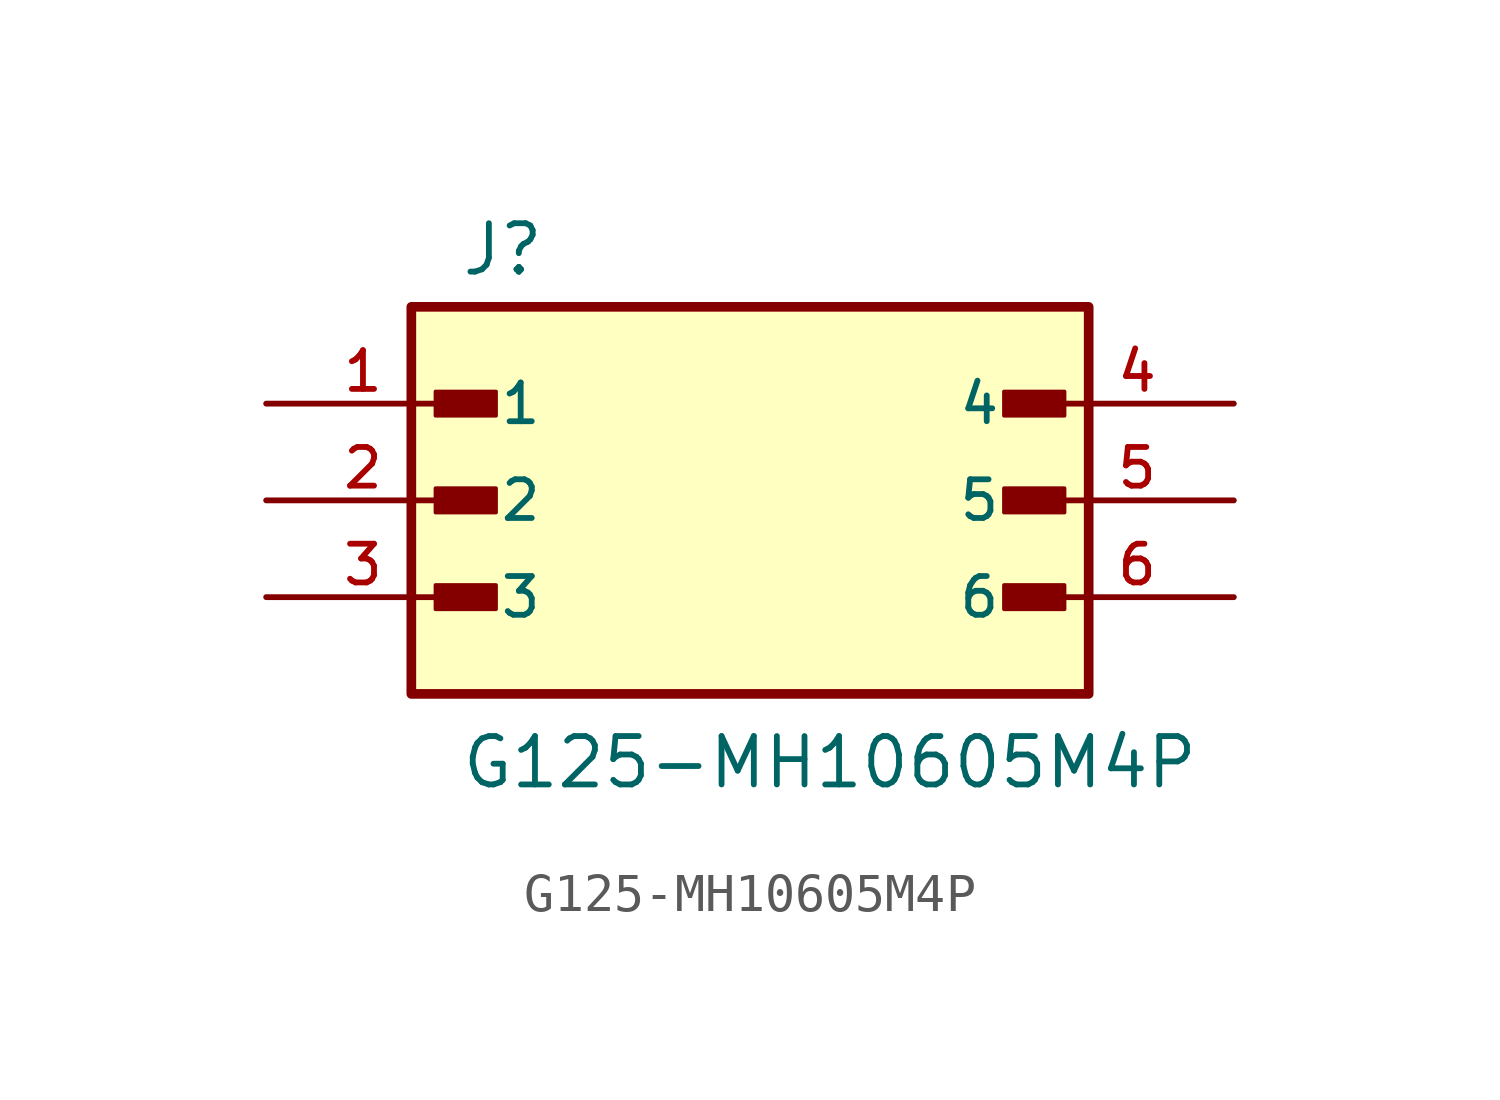
<source format=kicad_sym>
(kicad_symbol_lib
  (version 20211014)
  (generator kicad_symbol_editor)
  (symbol "G125-MH10605M4P"
    (pin_names
      (offset 1.016))
    (property "Reference" "J"
      (at -7.62 5.842 0)
      (effects (font (size 1.27 1.27)) (justify bottom left)))
    (property "Value" "G125-MH10605M4P"
      (at -7.62 -7.62 0)
      (effects (font (size 1.27 1.27)) (justify bottom left)))
    (symbol "G125-MH10605M4P_0_0"
      (rectangle (start -8.255 2.223) (end -6.668 2.857) (stroke (width 0.1)) (fill (type outline)))
      (rectangle (start -8.255 -0.318) (end -6.668 0.318) (stroke (width 0.1)) (fill (type outline)))
      (rectangle (start -8.255 -2.857) (end -6.668 -2.223) (stroke (width 0.1)) (fill (type outline)))
      (rectangle (start 6.668 -2.857) (end 8.255 -2.223) (stroke (width 0.1)) (fill (type outline)))
      (rectangle (start 6.668 -0.318) (end 8.255 0.318) (stroke (width 0.1)) (fill (type outline)))
      (rectangle (start 6.668 2.223) (end 8.255 2.857) (stroke (width 0.1)) (fill (type outline)))
      (rectangle (start -8.89 -5.08) (end 8.89 5.08) (stroke (width 0.254)) (fill (type background)))
      (pin passive line (at -12.7 2.54 0) (length 5.08) (name "1" (effects (font (size 1.016 1.016)))) (number "1" (effects (font (size 1.016 1.016)))))
      (pin passive line (at -12.7 0.0 0) (length 5.08) (name "2" (effects (font (size 1.016 1.016)))) (number "2" (effects (font (size 1.016 1.016)))))
      (pin passive line (at -12.7 -2.54 0) (length 5.08) (name "3" (effects (font (size 1.016 1.016)))) (number "3" (effects (font (size 1.016 1.016)))))
      (pin passive line (at 12.7 2.54 180.0) (length 5.08) (name "4" (effects (font (size 1.016 1.016)))) (number "4" (effects (font (size 1.016 1.016)))))
      (pin passive line (at 12.7 0.0 180.0) (length 5.08) (name "5" (effects (font (size 1.016 1.016)))) (number "5" (effects (font (size 1.016 1.016)))))
      (pin passive line (at 12.7 -2.54 180.0) (length 5.08) (name "6" (effects (font (size 1.016 1.016)))) (number "6" (effects (font (size 1.016 1.016))))))))
</source>
